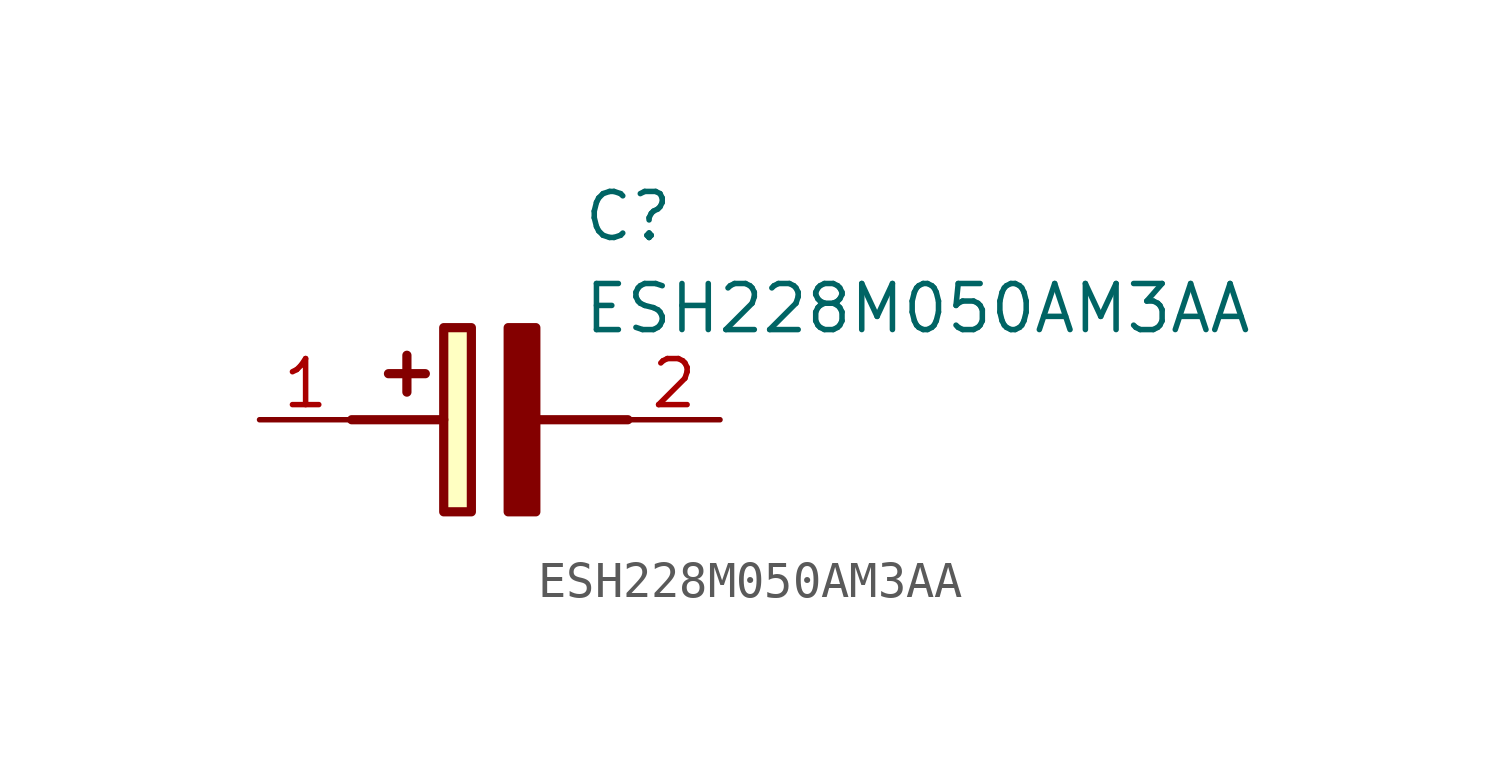
<source format=kicad_sym>
(kicad_symbol_lib
  (version 20211014)
  (generator SamacSys_ECAD_Model)
  (symbol "ESH228M050AM3AA"
    (pin_names hide)
    (property "Reference" "C"
      (at 8.89 6.35 0)
      (effects (font (size 1.27 1.27)) (justify left top)))
    (property "Value" "ESH228M050AM3AA"
      (at 8.89 3.81 0)
      (effects (font (size 1.27 1.27)) (justify left top)))
    (rectangle
      (start 5.08 2.54)
      (end 5.842 -2.54)
      (stroke (width 0.254) (type default))
      (fill (type background)))
    (polyline
      (pts (xy 4.572 1.27) (xy 3.556 1.27))
      (stroke (width 0.254) (type default))
      (fill (type none)))
    (polyline
      (pts (xy 4.064 1.778) (xy 4.064 0.762))
      (stroke (width 0.254) (type default))
      (fill (type none)))
    (polyline
      (pts (xy 2.54 0) (xy 5.08 0))
      (stroke (width 0.254) (type default))
      (fill (type none)))
    (polyline
      (pts (xy 7.62 0) (xy 10.16 0))
      (stroke (width 0.254) (type default))
      (fill (type none)))
    (polyline
      (pts (xy 7.62 2.54) (xy 7.62 -2.54) (xy 6.858 -2.54) (xy 6.858 2.54) (xy 7.62 2.54))
      (stroke (width 0.254) (type default))
      (fill (type outline)))
    (pin passive line
      (at 0 0 0)
      (length 2.54)
      (name "+" (effects (font (size 1.27 1.27))))
      (number "1" (effects (font (size 1.27 1.27)))))
    (pin passive line
      (at 12.7 0 180)
      (length 2.54)
      (name "-" (effects (font (size 1.27 1.27))))
      (number "2" (effects (font (size 1.27 1.27)))))))
</source>
